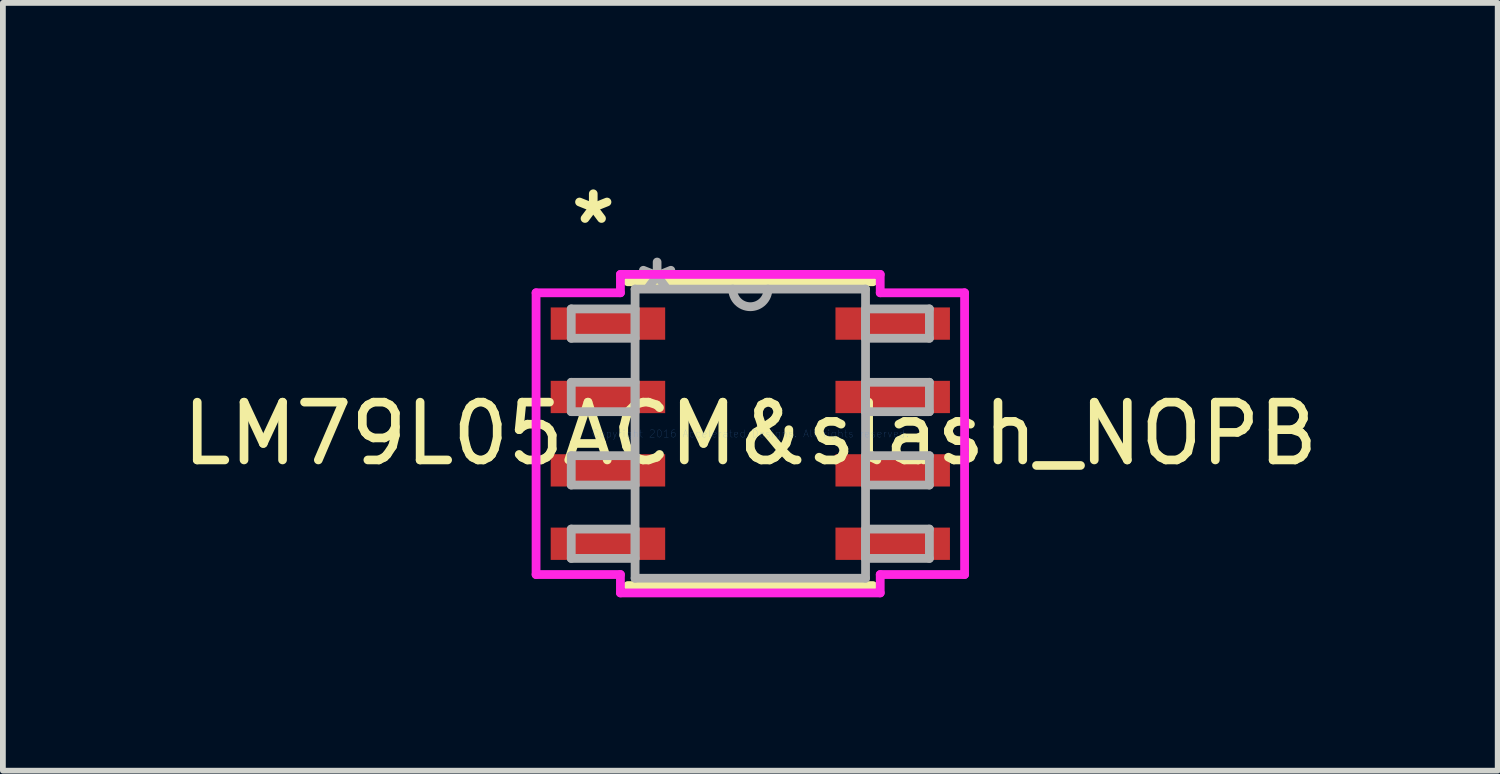
<source format=kicad_pcb>
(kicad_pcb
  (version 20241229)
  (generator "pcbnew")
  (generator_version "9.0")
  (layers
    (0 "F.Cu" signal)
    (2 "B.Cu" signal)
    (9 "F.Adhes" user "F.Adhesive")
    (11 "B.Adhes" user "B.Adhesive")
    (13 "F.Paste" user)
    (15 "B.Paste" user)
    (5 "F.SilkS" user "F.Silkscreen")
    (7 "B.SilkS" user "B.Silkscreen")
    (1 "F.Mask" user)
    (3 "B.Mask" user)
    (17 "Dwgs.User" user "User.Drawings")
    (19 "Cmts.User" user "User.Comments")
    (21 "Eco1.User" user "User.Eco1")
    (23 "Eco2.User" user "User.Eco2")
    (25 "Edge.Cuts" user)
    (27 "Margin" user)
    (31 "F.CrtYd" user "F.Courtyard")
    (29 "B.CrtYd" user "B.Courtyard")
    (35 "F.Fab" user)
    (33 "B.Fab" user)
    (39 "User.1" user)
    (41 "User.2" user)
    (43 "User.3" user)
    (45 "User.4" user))
  (footprint "LM79L05ACM&slash_NOPB"
    (layer "F.Cu")
    (at 9.935 4.455)
    (property "Reference" "LM79L05ACM&slash_NOPB" (at 0 0 0) (layer "F.SilkS") (effects (font (size 1 1) (thickness 0.15))))
    (attr through_hole)
    (fp_line (start -2.121 2.629) (end 2.121 2.629) (stroke (width 0.152) (type solid)) (layer "F.SilkS"))
    (fp_line (start 2.121 -2.629) (end -2.121 -2.629) (stroke (width 0.152) (type solid)) (layer "F.SilkS"))
    (fp_line (start -3.708 -2.438) (end -2.248 -2.438) (stroke (width 0.152) (type solid)) (layer "F.CrtYd"))
    (fp_line (start -3.708 2.438) (end -3.708 -2.438) (stroke (width 0.152) (type solid)) (layer "F.CrtYd"))
    (fp_line (start -2.248 -2.756) (end 2.248 -2.756) (stroke (width 0.152) (type solid)) (layer "F.CrtYd"))
    (fp_line (start -2.248 -2.438) (end -2.248 -2.756) (stroke (width 0.152) (type solid)) (layer "F.CrtYd"))
    (fp_line (start -2.248 2.438) (end -3.708 2.438) (stroke (width 0.152) (type solid)) (layer "F.CrtYd"))
    (fp_line (start -2.248 2.756) (end -2.248 2.438) (stroke (width 0.152) (type solid)) (layer "F.CrtYd"))
    (fp_line (start 2.248 -2.756) (end 2.248 -2.438) (stroke (width 0.152) (type solid)) (layer "F.CrtYd"))
    (fp_line (start 2.248 -2.438) (end 3.708 -2.438) (stroke (width 0.152) (type solid)) (layer "F.CrtYd"))
    (fp_line (start 2.248 2.438) (end 2.248 2.756) (stroke (width 0.152) (type solid)) (layer "F.CrtYd"))
    (fp_line (start 2.248 2.756) (end -2.248 2.756) (stroke (width 0.152) (type solid)) (layer "F.CrtYd"))
    (fp_line (start 3.708 -2.438) (end 3.708 2.438) (stroke (width 0.152) (type solid)) (layer "F.CrtYd"))
    (fp_line (start 3.708 2.438) (end 2.248 2.438) (stroke (width 0.152) (type solid)) (layer "F.CrtYd"))
    (fp_line (start -3.099 -2.159) (end -3.099 -1.651) (stroke (width 0.152) (type solid)) (layer "F.Fab"))
    (fp_line (start -3.099 -1.651) (end -1.994 -1.651) (stroke (width 0.152) (type solid)) (layer "F.Fab"))
    (fp_line (start -3.099 -0.889) (end -3.099 -0.381) (stroke (width 0.152) (type solid)) (layer "F.Fab"))
    (fp_line (start -3.099 -0.381) (end -1.994 -0.381) (stroke (width 0.152) (type solid)) (layer "F.Fab"))
    (fp_line (start -3.099 0.381) (end -3.099 0.889) (stroke (width 0.152) (type solid)) (layer "F.Fab"))
    (fp_line (start -3.099 0.889) (end -1.994 0.889) (stroke (width 0.152) (type solid)) (layer "F.Fab"))
    (fp_line (start -3.099 1.651) (end -3.099 2.159) (stroke (width 0.152) (type solid)) (layer "F.Fab"))
    (fp_line (start -3.099 2.159) (end -1.994 2.159) (stroke (width 0.152) (type solid)) (layer "F.Fab"))
    (fp_line (start -1.994 -2.502) (end -1.994 2.502) (stroke (width 0.152) (type solid)) (layer "F.Fab"))
    (fp_line (start -1.994 -2.159) (end -3.099 -2.159) (stroke (width 0.152) (type solid)) (layer "F.Fab"))
    (fp_line (start -1.994 -1.651) (end -1.994 -2.159) (stroke (width 0.152) (type solid)) (layer "F.Fab"))
    (fp_line (start -1.994 -0.889) (end -3.099 -0.889) (stroke (width 0.152) (type solid)) (layer "F.Fab"))
    (fp_line (start -1.994 -0.381) (end -1.994 -0.889) (stroke (width 0.152) (type solid)) (layer "F.Fab"))
    (fp_line (start -1.994 0.381) (end -3.099 0.381) (stroke (width 0.152) (type solid)) (layer "F.Fab"))
    (fp_line (start -1.994 0.889) (end -1.994 0.381) (stroke (width 0.152) (type solid)) (layer "F.Fab"))
    (fp_line (start -1.994 1.651) (end -3.099 1.651) (stroke (width 0.152) (type solid)) (layer "F.Fab"))
    (fp_line (start -1.994 2.159) (end -1.994 1.651) (stroke (width 0.152) (type solid)) (layer "F.Fab"))
    (fp_line (start -1.994 2.502) (end 1.994 2.502) (stroke (width 0.152) (type solid)) (layer "F.Fab"))
    (fp_line (start 1.994 -2.502) (end -1.994 -2.502) (stroke (width 0.152) (type solid)) (layer "F.Fab"))
    (fp_line (start 1.994 -2.159) (end 1.994 -1.651) (stroke (width 0.152) (type solid)) (layer "F.Fab"))
    (fp_line (start 1.994 -1.651) (end 3.099 -1.651) (stroke (width 0.152) (type solid)) (layer "F.Fab"))
    (fp_line (start 1.994 -0.889) (end 1.994 -0.381) (stroke (width 0.152) (type solid)) (layer "F.Fab"))
    (fp_line (start 1.994 -0.381) (end 3.099 -0.381) (stroke (width 0.152) (type solid)) (layer "F.Fab"))
    (fp_line (start 1.994 0.381) (end 1.994 0.889) (stroke (width 0.152) (type solid)) (layer "F.Fab"))
    (fp_line (start 1.994 0.889) (end 3.099 0.889) (stroke (width 0.152) (type solid)) (layer "F.Fab"))
    (fp_line (start 1.994 1.651) (end 1.994 2.159) (stroke (width 0.152) (type solid)) (layer "F.Fab"))
    (fp_line (start 1.994 2.159) (end 3.099 2.159) (stroke (width 0.152) (type solid)) (layer "F.Fab"))
    (fp_line (start 1.994 2.502) (end 1.994 -2.502) (stroke (width 0.152) (type solid)) (layer "F.Fab"))
    (fp_line (start 3.099 -2.159) (end 1.994 -2.159) (stroke (width 0.152) (type solid)) (layer "F.Fab"))
    (fp_line (start 3.099 -1.651) (end 3.099 -2.159) (stroke (width 0.152) (type solid)) (layer "F.Fab"))
    (fp_line (start 3.099 -0.889) (end 1.994 -0.889) (stroke (width 0.152) (type solid)) (layer "F.Fab"))
    (fp_line (start 3.099 -0.381) (end 3.099 -0.889) (stroke (width 0.152) (type solid)) (layer "F.Fab"))
    (fp_line (start 3.099 0.381) (end 1.994 0.381) (stroke (width 0.152) (type solid)) (layer "F.Fab"))
    (fp_line (start 3.099 0.889) (end 3.099 0.381) (stroke (width 0.152) (type solid)) (layer "F.Fab"))
    (fp_line (start 3.099 1.651) (end 1.994 1.651) (stroke (width 0.152) (type solid)) (layer "F.Fab"))
    (fp_line (start 3.099 2.159) (end 3.099 1.651) (stroke (width 0.152) (type solid)) (layer "F.Fab"))
    (fp_arc (start 0.3048 -2.5019) (mid 0 -2.1971) (end -0.3048 -2.5019) (stroke (width 0.1524) (type solid)) (layer "F.Fab"))
    (fp_text user "*" (at -2.718 -3.607 0) (layer "F.SilkS") (effects (font (size 1 1) (thickness 0.15))))
    (fp_text user "Copyright 2016 Accelerated Designs. All rights reserved." (at 0 0 0) (layer "Cmts.User") (effects (font (size 0.127 0.127) (thickness 0.002))))
    (fp_text user "*" (at -1.613 -2.426 0) (layer "F.Fab") (effects (font (size 1 1) (thickness 0.15))))
    (pad "1" smd rect (at -2.464 -1.905) (size 1.981 0.559) (layers "F.Cu" "F.Mask" "F.Paste"))
    (pad "2" smd rect (at -2.464 -0.635) (size 1.981 0.559) (layers "F.Cu" "F.Mask" "F.Paste"))
    (pad "3" smd rect (at -2.464 0.635) (size 1.981 0.559) (layers "F.Cu" "F.Mask" "F.Paste"))
    (pad "4" smd rect (at -2.464 1.905) (size 1.981 0.559) (layers "F.Cu" "F.Mask" "F.Paste"))
    (pad "5" smd rect (at 2.464 1.905) (size 1.981 0.559) (layers "F.Cu" "F.Mask" "F.Paste"))
    (pad "6" smd rect (at 2.464 0.635) (size 1.981 0.559) (layers "F.Cu" "F.Mask" "F.Paste"))
    (pad "7" smd rect (at 2.464 -0.635) (size 1.981 0.559) (layers "F.Cu" "F.Mask" "F.Paste"))
    (pad "8" smd rect (at 2.464 -1.905) (size 1.981 0.559) (layers "F.Cu" "F.Mask" "F.Paste")))
  (gr_rect
    (start -3 -3)
    (end 22.869 10.287)
    (stroke (width 0.1) (type default))
    (fill no)
    (layer "Edge.Cuts")))
</source>
